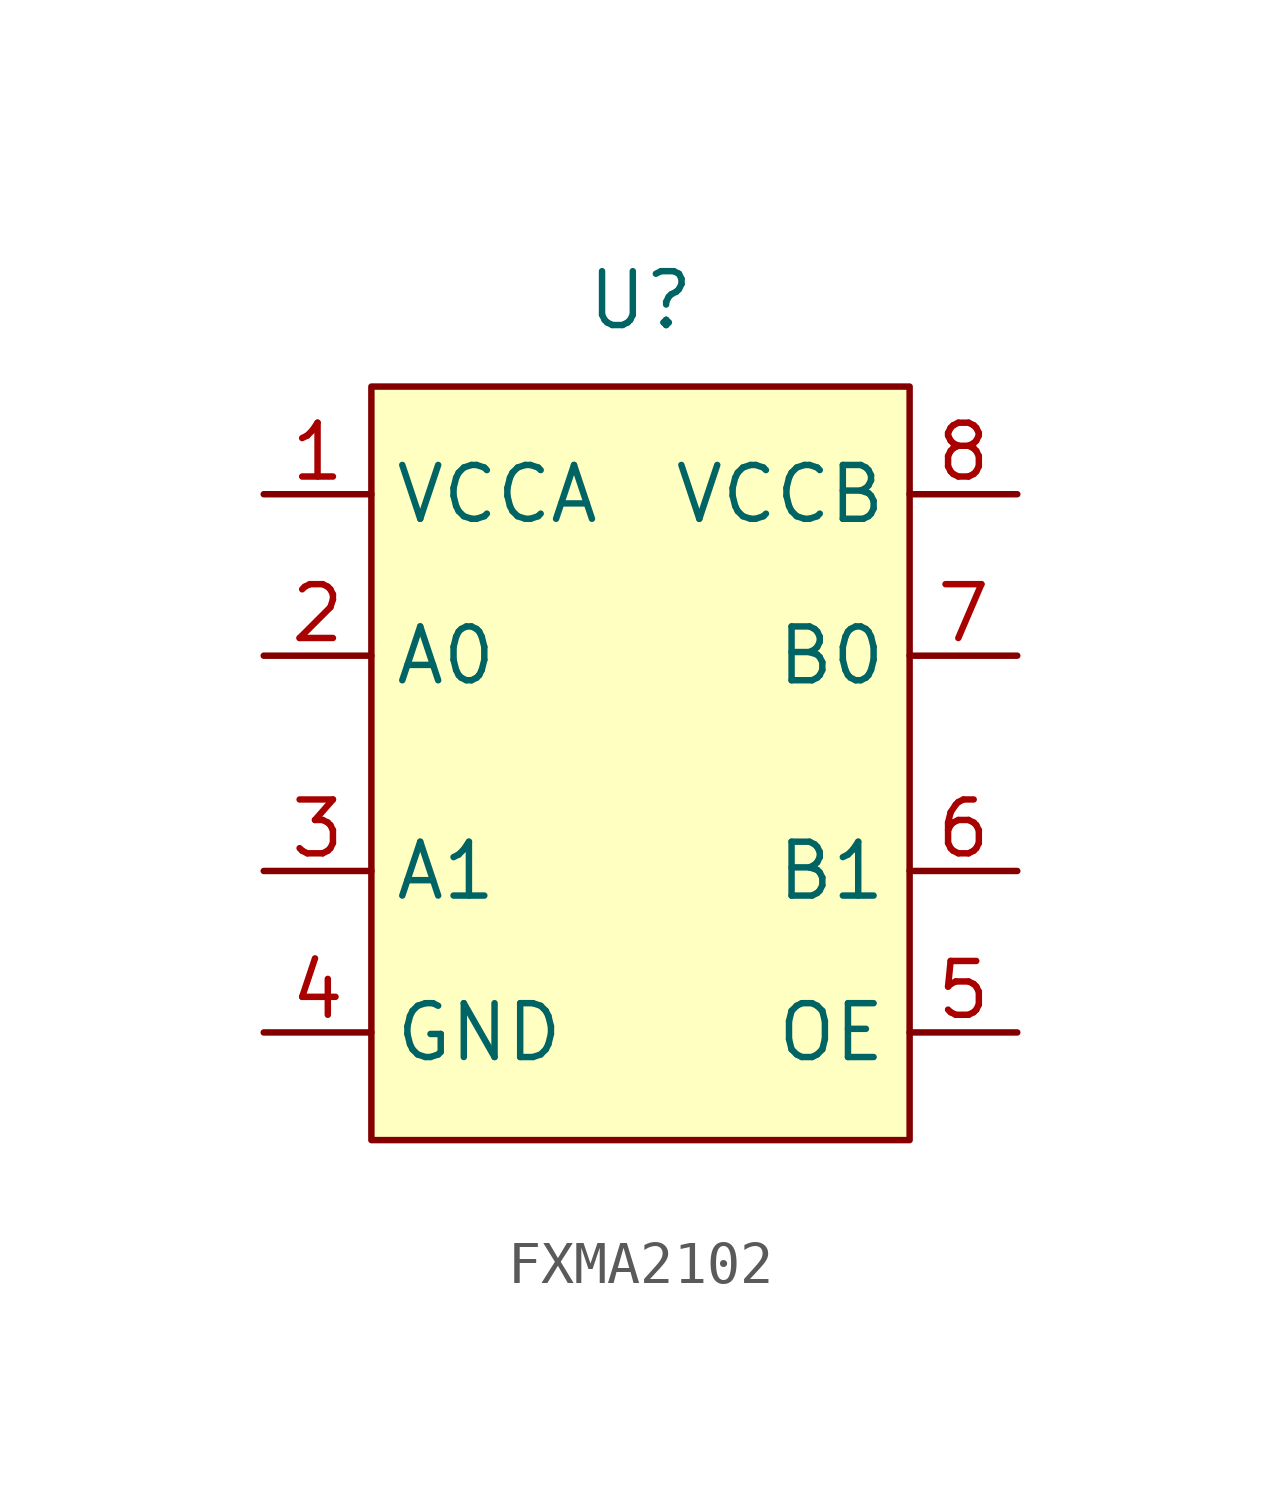
<source format=kicad_sym>
(kicad_symbol_lib
  (version 20241209)
  (generator "kicad_symbol_editor")
  (generator_version "9.0")
  (symbol "FXMA2102"
    (property "Reference" "U"
      (at 0 10.922 0)
      (effects (font (size 1.27 1.27))))
    (property "Value" ""
      (at 0 0 0)
      (effects (font (size 1.27 1.27))))
    (symbol "FXMA2102_1_1"
      (rectangle (start -6.35 8.89) (end 6.35 -8.89) (stroke (width 0) (type solid)) (fill (type color) (color 255 255 194 1)))
      (pin input line (at -8.89 6.35 0) (length 2.54) (name "VCCA" (effects (font (size 1.27 1.27)))) (number "1" (effects (font (size 1.27 1.27)))))
      (pin input line (at -8.89 2.54 0) (length 2.54) (name "A0" (effects (font (size 1.27 1.27)))) (number "2" (effects (font (size 1.27 1.27)))))
      (pin input line (at -8.89 -2.54 0) (length 2.54) (name "A1" (effects (font (size 1.27 1.27)))) (number "3" (effects (font (size 1.27 1.27)))))
      (pin input line (at -8.89 -6.35 0) (length 2.54) (name "GND" (effects (font (size 1.27 1.27)))) (number "4" (effects (font (size 1.27 1.27)))))
      (pin input line (at 8.89 6.35 180) (length 2.54) (name "VCCB" (effects (font (size 1.27 1.27)))) (number "8" (effects (font (size 1.27 1.27)))))
      (pin input line (at 8.89 2.54 180) (length 2.54) (name "B0" (effects (font (size 1.27 1.27)))) (number "7" (effects (font (size 1.27 1.27)))))
      (pin input line (at 8.89 -2.54 180) (length 2.54) (name "B1" (effects (font (size 1.27 1.27)))) (number "6" (effects (font (size 1.27 1.27)))))
      (pin input line (at 8.89 -6.35 180) (length 2.54) (name "OE" (effects (font (size 1.27 1.27)))) (number "5" (effects (font (size 1.27 1.27))))))))
</source>
